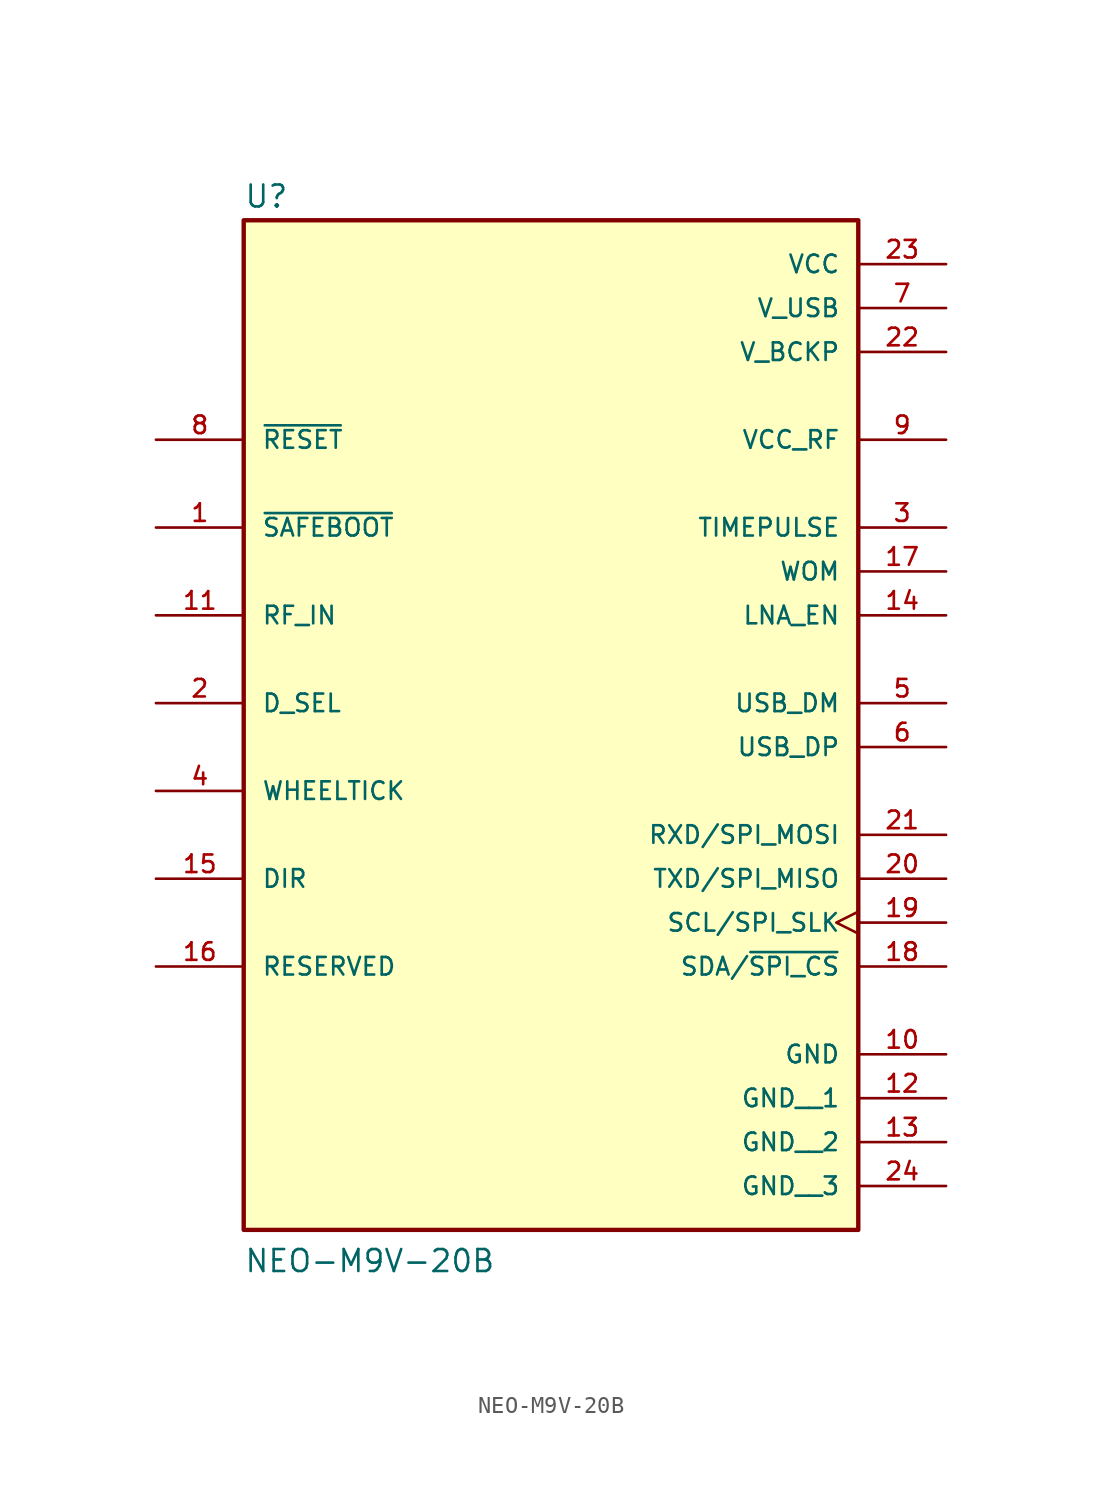
<source format=kicad_sym>
(kicad_symbol_lib
  (version 20211014)
  (generator kicad_symbol_editor)
  (symbol "NEO-M9V-20B"
    (pin_names
      (offset 1.016))
    (property "Reference" "U"
      (at -17.78 26.035 0)
      (effects (font (size 1.27 1.27)) (justify bottom left)))
    (property "Value" "NEO-M9V-20B"
      (at -17.78 -35.56 0)
      (effects (font (size 1.27 1.27)) (justify bottom left)))
    (symbol "NEO-M9V-20B_0_0"
      (rectangle (start -17.78 -33.02) (end 17.78 25.4) (stroke (width 0.254)) (fill (type background)))
      (pin input line (at -22.86 7.62 0) (length 5.08) (name "~{SAFEBOOT}" (effects (font (size 1.016 1.016)))) (number "1" (effects (font (size 1.016 1.016)))))
      (pin power_in line (at 22.86 17.78 180.0) (length 5.08) (name "V_BCKP" (effects (font (size 1.016 1.016)))) (number "22" (effects (font (size 1.016 1.016)))))
      (pin input line (at -22.86 -2.54 0) (length 5.08) (name "D_SEL" (effects (font (size 1.016 1.016)))) (number "2" (effects (font (size 1.016 1.016)))))
      (pin input line (at 22.86 -10.16 180.0) (length 5.08) (name "RXD/SPI_MOSI" (effects (font (size 1.016 1.016)))) (number "21" (effects (font (size 1.016 1.016)))))
      (pin output line (at 22.86 7.62 180.0) (length 5.08) (name "TIMEPULSE" (effects (font (size 1.016 1.016)))) (number "3" (effects (font (size 1.016 1.016)))))
      (pin output line (at 22.86 -12.7 180.0) (length 5.08) (name "TXD/SPI_MISO" (effects (font (size 1.016 1.016)))) (number "20" (effects (font (size 1.016 1.016)))))
      (pin input line (at -22.86 -7.62 0) (length 5.08) (name "WHEELTICK" (effects (font (size 1.016 1.016)))) (number "4" (effects (font (size 1.016 1.016)))))
      (pin bidirectional clock (at 22.86 -15.24 180.0) (length 5.08) (name "SCL/SPI_SLK" (effects (font (size 1.016 1.016)))) (number "19" (effects (font (size 1.016 1.016)))))
      (pin bidirectional line (at 22.86 -2.54 180.0) (length 5.08) (name "USB_DM" (effects (font (size 1.016 1.016)))) (number "5" (effects (font (size 1.016 1.016)))))
      (pin bidirectional line (at 22.86 -17.78 180.0) (length 5.08) (name "SDA/~{SPI_CS}" (effects (font (size 1.016 1.016)))) (number "18" (effects (font (size 1.016 1.016)))))
      (pin bidirectional line (at 22.86 -5.08 180.0) (length 5.08) (name "USB_DP" (effects (font (size 1.016 1.016)))) (number "6" (effects (font (size 1.016 1.016)))))
      (pin output line (at 22.86 5.08 180.0) (length 5.08) (name "WOM" (effects (font (size 1.016 1.016)))) (number "17" (effects (font (size 1.016 1.016)))))
      (pin power_in line (at 22.86 20.32 180.0) (length 5.08) (name "V_USB" (effects (font (size 1.016 1.016)))) (number "7" (effects (font (size 1.016 1.016)))))
      (pin passive line (at -22.86 -17.78 0) (length 5.08) (name "RESERVED" (effects (font (size 1.016 1.016)))) (number "16" (effects (font (size 1.016 1.016)))))
      (pin input line (at -22.86 12.7 0) (length 5.08) (name "~{RESET}" (effects (font (size 1.016 1.016)))) (number "8" (effects (font (size 1.016 1.016)))))
      (pin input line (at -22.86 -12.7 0) (length 5.08) (name "DIR" (effects (font (size 1.016 1.016)))) (number "15" (effects (font (size 1.016 1.016)))))
      (pin output line (at 22.86 12.7 180.0) (length 5.08) (name "VCC_RF" (effects (font (size 1.016 1.016)))) (number "9" (effects (font (size 1.016 1.016)))))
      (pin output line (at 22.86 2.54 180.0) (length 5.08) (name "LNA_EN" (effects (font (size 1.016 1.016)))) (number "14" (effects (font (size 1.016 1.016)))))
      (pin input line (at -22.86 2.54 0) (length 5.08) (name "RF_IN" (effects (font (size 1.016 1.016)))) (number "11" (effects (font (size 1.016 1.016)))))
      (pin power_in line (at 22.86 -22.86 180.0) (length 5.08) (name "GND" (effects (font (size 1.016 1.016)))) (number "10" (effects (font (size 1.016 1.016)))))
      (pin power_in line (at 22.86 22.86 180.0) (length 5.08) (name "VCC" (effects (font (size 1.016 1.016)))) (number "23" (effects (font (size 1.016 1.016)))))
      (pin power_in line (at 22.86 -25.4 180.0) (length 5.08) (name "GND__1" (effects (font (size 1.016 1.016)))) (number "12" (effects (font (size 1.016 1.016)))))
      (pin power_in line (at 22.86 -27.94 180.0) (length 5.08) (name "GND__2" (effects (font (size 1.016 1.016)))) (number "13" (effects (font (size 1.016 1.016)))))
      (pin power_in line (at 22.86 -30.48 180.0) (length 5.08) (name "GND__3" (effects (font (size 1.016 1.016)))) (number "24" (effects (font (size 1.016 1.016))))))))
</source>
